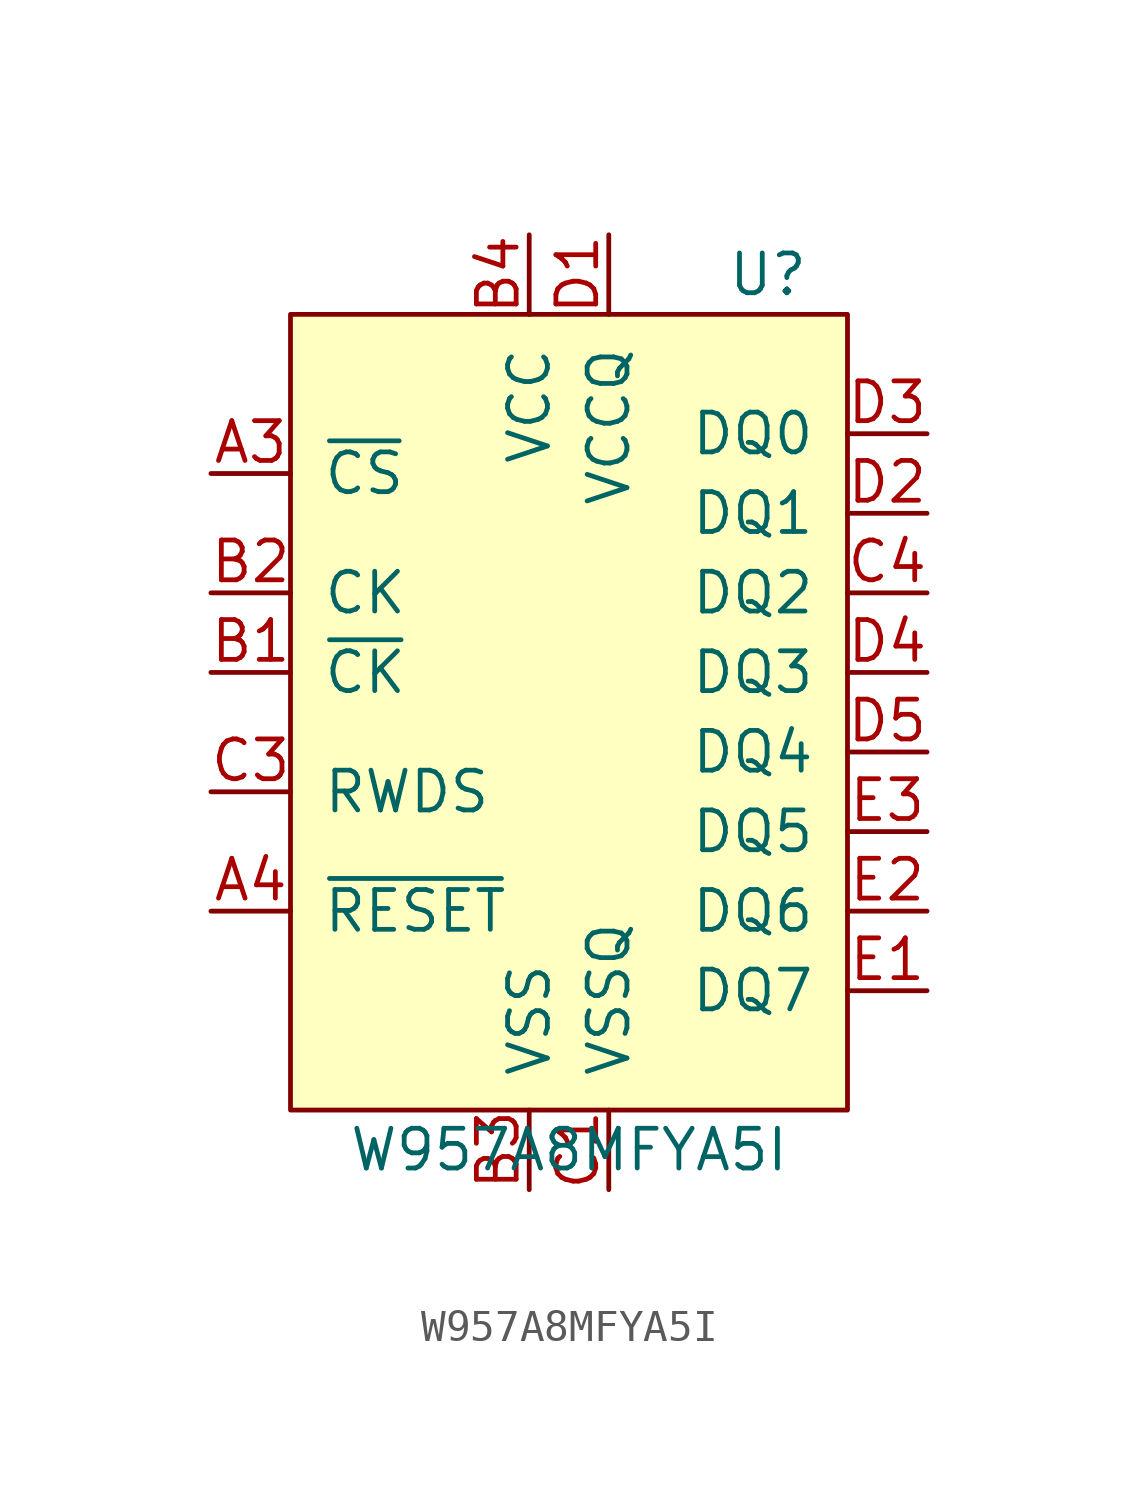
<source format=kicad_sym>
(kicad_symbol_lib
  (version 20211014)
  (generator kicad_symbol_editor)
  (symbol "W957A8MFYA5I"
    (pin_names
      (offset 1.016))
    (property "Reference" "U"
      (at 6.35 13.97 0)
      (effects (font (size 1.27 1.27))))
    (property "Value" "W957A8MFYA5I"
      (at 0 -13.97 0)
      (effects (font (size 1.27 1.27))))
    (symbol "W957A8MFYA5I_0_0"
      (pin input line (at -11.43 7.62 0) (length 2.54) (name "~{CS}" (effects (font (size 1.27 1.27)))) (number "A3" (effects (font (size 1.27 1.27)))))
      (pin input line (at -11.43 3.81 0) (length 2.54) (name "CK" (effects (font (size 1.27 1.27)))) (number "B2" (effects (font (size 1.27 1.27)))))
      (pin power_in line (at -1.27 -15.24 90) (length 2.54) (name "VSS" (effects (font (size 1.27 1.27)))) (number "B3" (effects (font (size 1.27 1.27)))))
      (pin power_in line (at -1.27 15.24 270) (length 2.54) (name "VCC" (effects (font (size 1.27 1.27)))) (number "B4" (effects (font (size 1.27 1.27)))))
      (pin bidirectional line (at 11.43 3.81 180) (length 2.54) (name "DQ2" (effects (font (size 1.27 1.27)))) (number "C4" (effects (font (size 1.27 1.27)))))
      (pin bidirectional line (at 11.43 6.35 180) (length 2.54) (name "DQ1" (effects (font (size 1.27 1.27)))) (number "D2" (effects (font (size 1.27 1.27)))))
      (pin bidirectional line (at 11.43 8.89 180) (length 2.54) (name "DQ0" (effects (font (size 1.27 1.27)))) (number "D3" (effects (font (size 1.27 1.27)))))
      (pin bidirectional line (at 11.43 1.27 180) (length 2.54) (name "DQ3" (effects (font (size 1.27 1.27)))) (number "D4" (effects (font (size 1.27 1.27))))))
    (symbol "W957A8MFYA5I_0_1"
      (rectangle (start -8.89 12.7) (end 8.89 -12.7) (stroke (width 0) (type default) (color 0 0 0 0)) (fill (type background))))
    (symbol "W957A8MFYA5I_1_1"
      (pin no_connect line (at -11.43 -8.89 0) (length 2.54) hide (name "RFU" (effects (font (size 1.27 1.27)))) (number "A2" (effects (font (size 1.27 1.27)))))
      (pin input line (at -11.43 -6.35 0) (length 2.54) (name "~{RESET}" (effects (font (size 1.27 1.27)))) (number "A4" (effects (font (size 1.27 1.27)))))
      (pin no_connect line (at -11.43 -11.43 0) (length 2.54) hide (name "RFU" (effects (font (size 1.27 1.27)))) (number "A5" (effects (font (size 1.27 1.27)))))
      (pin input line (at -11.43 1.27 0) (length 2.54) (name "~{CK}" (effects (font (size 1.27 1.27)))) (number "B1" (effects (font (size 1.27 1.27)))))
      (pin no_connect line (at -6.35 -15.24 90) (length 2.54) hide (name "RFU" (effects (font (size 1.27 1.27)))) (number "B5" (effects (font (size 1.27 1.27)))))
      (pin power_in line (at 1.27 -15.24 90) (length 2.54) (name "VSSQ" (effects (font (size 1.27 1.27)))) (number "C1" (effects (font (size 1.27 1.27)))))
      (pin no_connect line (at -3.81 -15.24 90) (length 2.54) hide (name "RFU" (effects (font (size 1.27 1.27)))) (number "C2" (effects (font (size 1.27 1.27)))))
      (pin input line (at -11.43 -2.54 0) (length 2.54) (name "RWDS" (effects (font (size 1.27 1.27)))) (number "C3" (effects (font (size 1.27 1.27)))))
      (pin no_connect line (at 3.81 -15.24 90) (length 2.54) hide (name "RFU" (effects (font (size 1.27 1.27)))) (number "C5" (effects (font (size 1.27 1.27)))))
      (pin power_in line (at 1.27 15.24 270) (length 2.54) (name "VCCQ" (effects (font (size 1.27 1.27)))) (number "D1" (effects (font (size 1.27 1.27)))))
      (pin bidirectional line (at 11.43 -1.27 180) (length 2.54) (name "DQ4" (effects (font (size 1.27 1.27)))) (number "D5" (effects (font (size 1.27 1.27)))))
      (pin bidirectional line (at 11.43 -8.89 180) (length 2.54) (name "DQ7" (effects (font (size 1.27 1.27)))) (number "E1" (effects (font (size 1.27 1.27)))))
      (pin bidirectional line (at 11.43 -6.35 180) (length 2.54) (name "DQ6" (effects (font (size 1.27 1.27)))) (number "E2" (effects (font (size 1.27 1.27)))))
      (pin bidirectional line (at 11.43 -3.81 180) (length 2.54) (name "DQ5" (effects (font (size 1.27 1.27)))) (number "E3" (effects (font (size 1.27 1.27)))))
      (pin passive line (at 1.27 15.24 270) (length 2.54) hide (name "VCCQ" (effects (font (size 1.27 1.27)))) (number "E4" (effects (font (size 1.27 1.27)))))
      (pin passive line (at 1.27 -15.24 90) (length 2.54) hide (name "VSSQ" (effects (font (size 1.27 1.27)))) (number "E5" (effects (font (size 1.27 1.27))))))))
</source>
